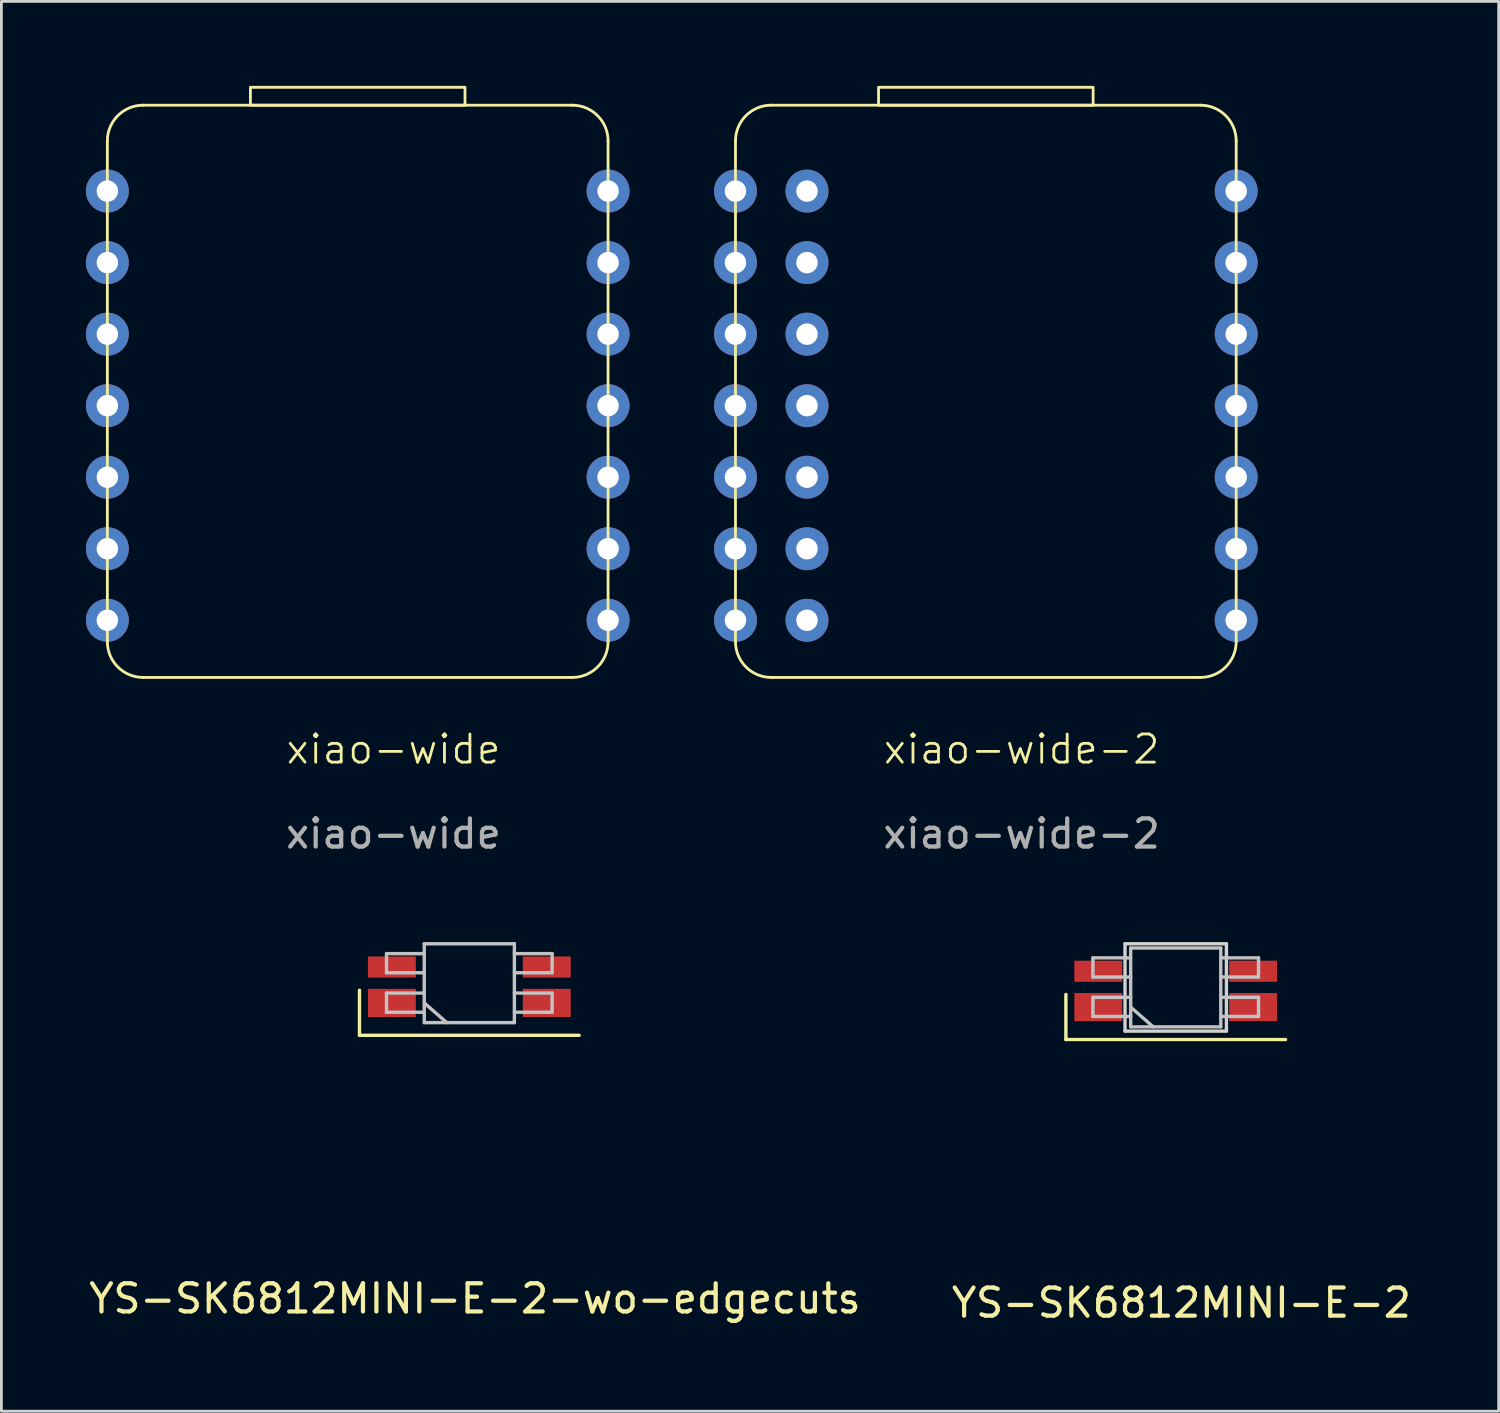
<source format=kicad_pcb>
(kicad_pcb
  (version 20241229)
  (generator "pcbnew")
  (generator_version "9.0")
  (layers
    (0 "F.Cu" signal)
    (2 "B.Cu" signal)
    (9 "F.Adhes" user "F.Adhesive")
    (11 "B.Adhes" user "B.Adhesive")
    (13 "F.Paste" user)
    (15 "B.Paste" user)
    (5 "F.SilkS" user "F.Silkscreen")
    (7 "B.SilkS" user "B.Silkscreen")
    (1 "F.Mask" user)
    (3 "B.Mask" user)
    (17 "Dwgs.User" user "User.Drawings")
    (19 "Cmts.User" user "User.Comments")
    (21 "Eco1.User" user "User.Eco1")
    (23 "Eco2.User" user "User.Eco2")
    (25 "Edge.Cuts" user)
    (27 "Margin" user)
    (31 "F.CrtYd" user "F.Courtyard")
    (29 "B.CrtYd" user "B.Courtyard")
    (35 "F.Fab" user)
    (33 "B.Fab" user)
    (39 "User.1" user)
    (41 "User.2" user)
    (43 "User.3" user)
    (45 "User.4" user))
  (footprint "xiao-wide-2"
    (layer "F.Cu")
    (at 33.226 24.055)
    (property "Reference" "xiao-wide-2" (at 0 -0.5 0) (unlocked yes) (layer "F.SilkS") (effects (font (size 1 1) (thickness 0.1))))
    (attr through_hole)
    (fp_line (start -10.16 -22.1) (end -10.16 -4.32) (stroke (width 0.1) (type default)) (layer "F.SilkS"))
    (fp_line (start -8.89 -23.37) (end 6.35 -23.37) (stroke (width 0.1) (type default)) (layer "F.SilkS"))
    (fp_line (start 6.35 -3.05) (end -8.89 -3.05) (stroke (width 0.1) (type default)) (layer "F.SilkS"))
    (fp_line (start 7.62 -4.32) (end 7.62 -22.1) (stroke (width 0.1) (type default)) (layer "F.SilkS"))
    (fp_rect (start -5.08 -24.005) (end 2.54 -23.37) (stroke (width 0.1) (type default)) (fill no) (layer "F.SilkS"))
    (fp_arc (start -10.16 -22.1) (mid -9.788026 -22.998026) (end -8.89 -23.37) (stroke (width 0.1) (type default)) (layer "F.SilkS"))
    (fp_arc (start -8.89 -3.05) (mid -9.788026 -3.421974) (end -10.16 -4.32) (stroke (width 0.1) (type default)) (layer "F.SilkS"))
    (fp_arc (start 6.35 -23.37) (mid 7.248026 -22.998026) (end 7.62 -22.1) (stroke (width 0.1) (type default)) (layer "F.SilkS"))
    (fp_arc (start 7.62 -4.32) (mid 7.248026 -3.421974) (end 6.35 -3.05) (stroke (width 0.1) (type default)) (layer "F.SilkS"))
    (fp_text user "${REFERENCE}" (at 0 2.5 0) (unlocked yes) (layer "F.Fab") (effects (font (size 1 1) (thickness 0.15))))
    (pad "1" thru_hole circle (at -10.16 -20.32) (size 1.524 1.524) (drill 0.762) (layers "*.Cu" "*.Mask"))
    (pad "1" thru_hole circle (at -7.62 -20.32) (size 1.524 1.524) (drill 0.762) (layers "*.Cu" "*.Mask"))
    (pad "2" thru_hole circle (at -10.16 -17.78) (size 1.524 1.524) (drill 0.762) (layers "*.Cu" "*.Mask"))
    (pad "2" thru_hole circle (at -7.62 -17.78) (size 1.524 1.524) (drill 0.762) (layers "*.Cu" "*.Mask"))
    (pad "3" thru_hole circle (at -10.16 -15.24) (size 1.524 1.524) (drill 0.762) (layers "*.Cu" "*.Mask"))
    (pad "3" thru_hole circle (at -7.62 -15.24) (size 1.524 1.524) (drill 0.762) (layers "*.Cu" "*.Mask"))
    (pad "4" thru_hole circle (at -10.16 -12.7) (size 1.524 1.524) (drill 0.762) (layers "*.Cu" "*.Mask"))
    (pad "4" thru_hole circle (at -7.62 -12.7) (size 1.524 1.524) (drill 0.762) (layers "*.Cu" "*.Mask"))
    (pad "5" thru_hole circle (at -10.16 -10.16) (size 1.524 1.524) (drill 0.762) (layers "*.Cu" "*.Mask"))
    (pad "5" thru_hole circle (at -7.62 -10.16) (size 1.524 1.524) (drill 0.762) (layers "*.Cu" "*.Mask"))
    (pad "6" thru_hole circle (at -10.16 -7.62) (size 1.524 1.524) (drill 0.762) (layers "*.Cu" "*.Mask"))
    (pad "6" thru_hole circle (at -7.62 -7.62) (size 1.524 1.524) (drill 0.762) (layers "*.Cu" "*.Mask"))
    (pad "7" thru_hole circle (at -10.16 -5.08) (size 1.524 1.524) (drill 0.762) (layers "*.Cu" "*.Mask"))
    (pad "7" thru_hole circle (at -7.62 -5.08) (size 1.524 1.524) (drill 0.762) (layers "*.Cu" "*.Mask"))
    (pad "8" thru_hole circle (at 7.62 -5.08) (size 1.524 1.524) (drill 0.762) (layers "*.Cu" "*.Mask"))
    (pad "9" thru_hole circle (at 7.62 -7.62) (size 1.524 1.524) (drill 0.762) (layers "*.Cu" "*.Mask"))
    (pad "10" thru_hole circle (at 7.62 -10.16) (size 1.524 1.524) (drill 0.762) (layers "*.Cu" "*.Mask"))
    (pad "11" thru_hole circle (at 7.62 -12.7) (size 1.524 1.524) (drill 0.762) (layers "*.Cu" "*.Mask"))
    (pad "12" thru_hole circle (at 7.62 -15.24) (size 1.524 1.524) (drill 0.762) (layers "*.Cu" "*.Mask"))
    (pad "13" thru_hole circle (at 7.62 -17.78) (size 1.524 1.524) (drill 0.762) (layers "*.Cu" "*.Mask"))
    (pad "14" thru_hole circle (at 7.62 -20.32) (size 1.524 1.524) (drill 0.762) (layers "*.Cu" "*.Mask")))
  (footprint "xiao-wide"
    (layer "F.Cu")
    (at 10.922 24.055)
    (property "Reference" "xiao-wide" (at 0 -0.5 0) (unlocked yes) (layer "F.SilkS") (effects (font (size 1 1) (thickness 0.1))))
    (attr through_hole)
    (fp_line (start -10.16 -22.1) (end -10.16 -4.32) (stroke (width 0.1) (type default)) (layer "F.SilkS"))
    (fp_line (start -8.89 -23.37) (end 6.35 -23.37) (stroke (width 0.1) (type default)) (layer "F.SilkS"))
    (fp_line (start 6.35 -3.05) (end -8.89 -3.05) (stroke (width 0.1) (type default)) (layer "F.SilkS"))
    (fp_line (start 7.62 -4.32) (end 7.62 -22.1) (stroke (width 0.1) (type default)) (layer "F.SilkS"))
    (fp_rect (start -5.08 -24.005) (end 2.54 -23.37) (stroke (width 0.1) (type default)) (fill no) (layer "F.SilkS"))
    (fp_arc (start -10.16 -22.1) (mid -9.788026 -22.998026) (end -8.89 -23.37) (stroke (width 0.1) (type default)) (layer "F.SilkS"))
    (fp_arc (start -8.89 -3.05) (mid -9.788026 -3.421974) (end -10.16 -4.32) (stroke (width 0.1) (type default)) (layer "F.SilkS"))
    (fp_arc (start 6.35 -23.37) (mid 7.248026 -22.998026) (end 7.62 -22.1) (stroke (width 0.1) (type default)) (layer "F.SilkS"))
    (fp_arc (start 7.62 -4.32) (mid 7.248026 -3.421974) (end 6.35 -3.05) (stroke (width 0.1) (type default)) (layer "F.SilkS"))
    (fp_text user "${REFERENCE}" (at 0 2.5 0) (unlocked yes) (layer "F.Fab") (effects (font (size 1 1) (thickness 0.15))))
    (pad "1" thru_hole circle (at -10.16 -20.32) (size 1.524 1.524) (drill 0.762) (layers "*.Cu" "*.Mask"))
    (pad "2" thru_hole circle (at -10.16 -17.78) (size 1.524 1.524) (drill 0.762) (layers "*.Cu" "*.Mask"))
    (pad "3" thru_hole circle (at -10.16 -15.24) (size 1.524 1.524) (drill 0.762) (layers "*.Cu" "*.Mask"))
    (pad "4" thru_hole circle (at -10.16 -12.7) (size 1.524 1.524) (drill 0.762) (layers "*.Cu" "*.Mask"))
    (pad "5" thru_hole circle (at -10.16 -10.16) (size 1.524 1.524) (drill 0.762) (layers "*.Cu" "*.Mask"))
    (pad "6" thru_hole circle (at -10.16 -7.62) (size 1.524 1.524) (drill 0.762) (layers "*.Cu" "*.Mask"))
    (pad "7" thru_hole circle (at -10.16 -5.08) (size 1.524 1.524) (drill 0.762) (layers "*.Cu" "*.Mask"))
    (pad "8" thru_hole circle (at 7.62 -5.08) (size 1.524 1.524) (drill 0.762) (layers "*.Cu" "*.Mask"))
    (pad "9" thru_hole circle (at 7.62 -7.62) (size 1.524 1.524) (drill 0.762) (layers "*.Cu" "*.Mask"))
    (pad "10" thru_hole circle (at 7.62 -10.16) (size 1.524 1.524) (drill 0.762) (layers "*.Cu" "*.Mask"))
    (pad "11" thru_hole circle (at 7.62 -12.7) (size 1.524 1.524) (drill 0.762) (layers "*.Cu" "*.Mask"))
    (pad "12" thru_hole circle (at 7.62 -15.24) (size 1.524 1.524) (drill 0.762) (layers "*.Cu" "*.Mask"))
    (pad "13" thru_hole circle (at 7.62 -17.78) (size 1.524 1.524) (drill 0.762) (layers "*.Cu" "*.Mask"))
    (pad "14" thru_hole circle (at 7.62 -20.32) (size 1.524 1.524) (drill 0.762) (layers "*.Cu" "*.Mask")))
  (footprint "YS-SK6812MINI-E-2-wo-edgecuts"
    (layer "F.Cu")
    (at 13.615 31.863)
    (property "Reference" "YS-SK6812MINI-E-2-wo-edgecuts" (at 0.2 11.2 0) (layer "F.SilkS") (effects (font (size 1 1) (thickness 0.15))))
    (attr through_hole)
    (fp_line (start -3.9 0.25) (end -3.9 1.85) (stroke (width 0.12) (type solid)) (layer "F.SilkS"))
    (fp_line (start -3.9 1.85) (end 3.9 1.85) (stroke (width 0.12) (type solid)) (layer "F.SilkS"))
    (fp_line (start -2.94 -1.05) (end -2.94 -0.37) (stroke (width 0.12) (type solid)) (layer "Dwgs.User"))
    (fp_line (start -2.94 -0.37) (end -1.6 -0.37) (stroke (width 0.12) (type solid)) (layer "Dwgs.User"))
    (fp_line (start -2.94 0.35) (end -2.94 1.03) (stroke (width 0.12) (type solid)) (layer "Dwgs.User"))
    (fp_line (start -2.94 1.03) (end -1.6 1.03) (stroke (width 0.12) (type solid)) (layer "Dwgs.User"))
    (fp_line (start -1.6 -1.4) (end -1.6 1.4) (stroke (width 0.12) (type solid)) (layer "Dwgs.User"))
    (fp_line (start -1.6 -1.4) (end 1.6 -1.4) (stroke (width 0.12) (type solid)) (layer "Dwgs.User"))
    (fp_line (start -1.6 -1.05) (end -2.94 -1.05) (stroke (width 0.12) (type solid)) (layer "Dwgs.User"))
    (fp_line (start -1.6 0.35) (end -2.94 0.35) (stroke (width 0.12) (type solid)) (layer "Dwgs.User"))
    (fp_line (start -1.6 0.7) (end -0.8 1.4) (stroke (width 0.12) (type solid)) (layer "Dwgs.User"))
    (fp_line (start -1.6 1.4) (end 1.6 1.4) (stroke (width 0.12) (type solid)) (layer "Dwgs.User"))
    (fp_line (start 1.6 -1.4) (end 1.6 1.4) (stroke (width 0.12) (type solid)) (layer "Dwgs.User"))
    (fp_line (start 1.6 -0.37) (end 2.94 -0.37) (stroke (width 0.12) (type solid)) (layer "Dwgs.User"))
    (fp_line (start 1.6 1.03) (end 2.94 1.03) (stroke (width 0.12) (type solid)) (layer "Dwgs.User"))
    (fp_line (start 2.94 -1.05) (end 1.6 -1.05) (stroke (width 0.12) (type solid)) (layer "Dwgs.User"))
    (fp_line (start 2.94 -0.37) (end 2.94 -1.05) (stroke (width 0.12) (type solid)) (layer "Dwgs.User"))
    (fp_line (start 2.94 0.35) (end 1.6 0.35) (stroke (width 0.12) (type solid)) (layer "Dwgs.User"))
    (fp_line (start 2.94 1.03) (end 2.94 0.35) (stroke (width 0.12) (type solid)) (layer "Dwgs.User"))
    (pad "1" smd rect (at 2.75 -0.575) (size 1.7 0.75) (layers "F.Cu" "F.Mask" "F.Paste"))
    (pad "2" smd rect (at 2.75 0.7) (size 1.7 1) (layers "F.Cu" "F.Mask" "F.Paste"))
    (pad "3" smd rect (at -2.75 0.7) (size 1.7 1) (layers "F.Cu" "F.Mask" "F.Paste"))
    (pad "4" smd rect (at -2.75 -0.575) (size 1.7 0.75) (layers "F.Cu" "F.Mask" "F.Paste")))
  (footprint "YS-SK6812MINI-E-2"
    (layer "F.Cu")
    (at 38.699 32.013)
    (property "Reference" "YS-SK6812MINI-E-2" (at 0.2 11.2 0) (layer "F.SilkS") (effects (font (size 1 1) (thickness 0.15))))
    (attr through_hole)
    (fp_line (start -3.9 0.25) (end -3.9 1.85) (stroke (width 0.12) (type solid)) (layer "F.SilkS"))
    (fp_line (start -3.9 1.85) (end 3.9 1.85) (stroke (width 0.12) (type solid)) (layer "F.SilkS"))
    (fp_line (start -2.94 -1.05) (end -2.94 -0.37) (stroke (width 0.12) (type solid)) (layer "Dwgs.User"))
    (fp_line (start -2.94 -0.37) (end -1.6 -0.37) (stroke (width 0.12) (type solid)) (layer "Dwgs.User"))
    (fp_line (start -2.94 0.35) (end -2.94 1.03) (stroke (width 0.12) (type solid)) (layer "Dwgs.User"))
    (fp_line (start -2.94 1.03) (end -1.6 1.03) (stroke (width 0.12) (type solid)) (layer "Dwgs.User"))
    (fp_line (start -1.6 -1.4) (end -1.6 1.4) (stroke (width 0.12) (type solid)) (layer "Dwgs.User"))
    (fp_line (start -1.6 -1.4) (end 1.6 -1.4) (stroke (width 0.12) (type solid)) (layer "Dwgs.User"))
    (fp_line (start -1.6 -1.05) (end -2.94 -1.05) (stroke (width 0.12) (type solid)) (layer "Dwgs.User"))
    (fp_line (start -1.6 0.35) (end -2.94 0.35) (stroke (width 0.12) (type solid)) (layer "Dwgs.User"))
    (fp_line (start -1.6 0.7) (end -0.8 1.4) (stroke (width 0.12) (type solid)) (layer "Dwgs.User"))
    (fp_line (start -1.6 1.4) (end 1.6 1.4) (stroke (width 0.12) (type solid)) (layer "Dwgs.User"))
    (fp_line (start 1.6 -1.4) (end 1.6 1.4) (stroke (width 0.12) (type solid)) (layer "Dwgs.User"))
    (fp_line (start 1.6 -0.37) (end 2.94 -0.37) (stroke (width 0.12) (type solid)) (layer "Dwgs.User"))
    (fp_line (start 1.6 1.03) (end 2.94 1.03) (stroke (width 0.12) (type solid)) (layer "Dwgs.User"))
    (fp_line (start 2.94 -1.05) (end 1.6 -1.05) (stroke (width 0.12) (type solid)) (layer "Dwgs.User"))
    (fp_line (start 2.94 -0.37) (end 2.94 -1.05) (stroke (width 0.12) (type solid)) (layer "Dwgs.User"))
    (fp_line (start 2.94 0.35) (end 1.6 0.35) (stroke (width 0.12) (type solid)) (layer "Dwgs.User"))
    (fp_line (start 2.94 1.03) (end 2.94 0.35) (stroke (width 0.12) (type solid)) (layer "Dwgs.User"))
    (fp_line (start -1.8 -1.55) (end -1.8 1.55) (stroke (width 0.12) (type solid)) (layer "Edge.Cuts"))
    (fp_line (start -1.8 1.55) (end 1.8 1.55) (stroke (width 0.12) (type solid)) (layer "Edge.Cuts"))
    (fp_line (start 1.8 -1.55) (end -1.8 -1.55) (stroke (width 0.12) (type solid)) (layer "Edge.Cuts"))
    (fp_line (start 1.8 1.55) (end 1.8 -1.55) (stroke (width 0.12) (type solid)) (layer "Edge.Cuts"))
    (pad "1" smd rect (at 2.75 -0.575) (size 1.7 0.75) (layers "F.Cu" "F.Mask" "F.Paste"))
    (pad "2" smd rect (at 2.75 0.7) (size 1.7 1) (layers "F.Cu" "F.Mask" "F.Paste"))
    (pad "3" smd rect (at -2.75 0.7) (size 1.7 1) (layers "F.Cu" "F.Mask" "F.Paste"))
    (pad "4" smd rect (at -2.75 -0.575) (size 1.7 0.75) (layers "F.Cu" "F.Mask" "F.Paste")))
  (gr_rect
    (start -3 -3)
    (end 50.167 47.062)
    (stroke (width 0.1) (type default))
    (fill no)
    (layer "Edge.Cuts")))
</source>
